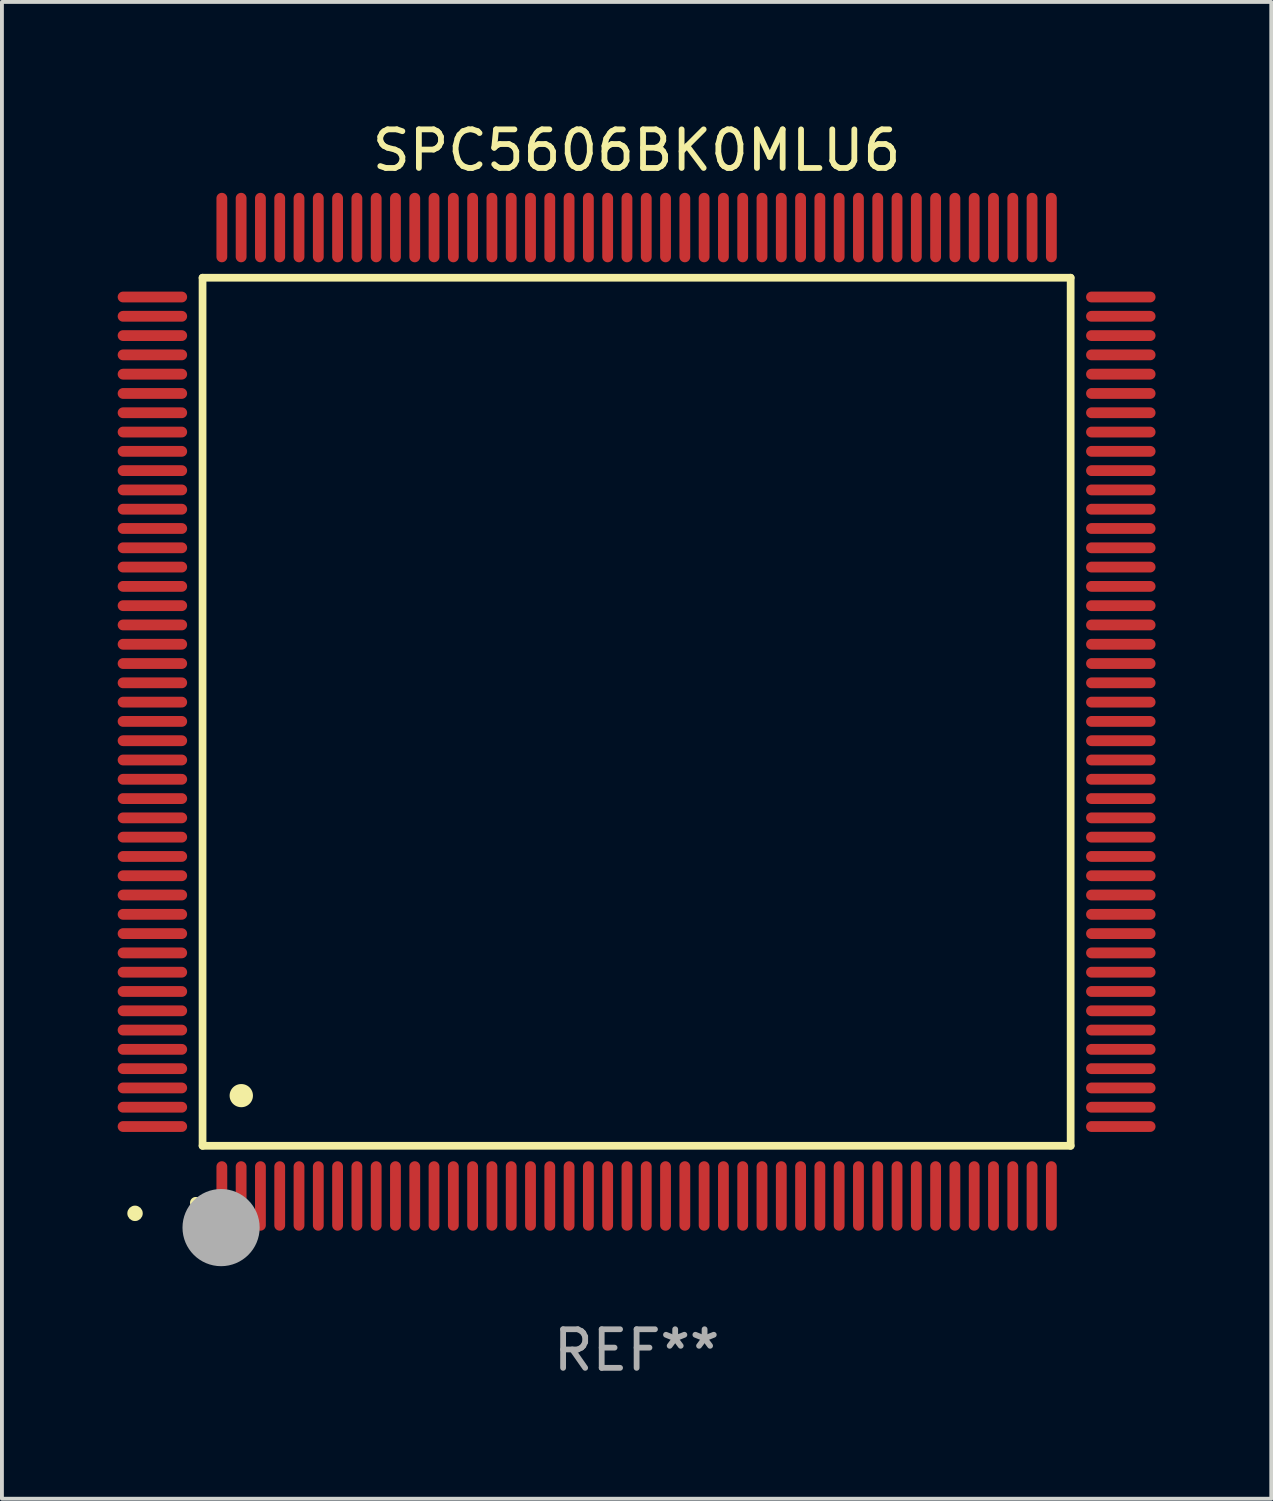
<source format=kicad_pcb>
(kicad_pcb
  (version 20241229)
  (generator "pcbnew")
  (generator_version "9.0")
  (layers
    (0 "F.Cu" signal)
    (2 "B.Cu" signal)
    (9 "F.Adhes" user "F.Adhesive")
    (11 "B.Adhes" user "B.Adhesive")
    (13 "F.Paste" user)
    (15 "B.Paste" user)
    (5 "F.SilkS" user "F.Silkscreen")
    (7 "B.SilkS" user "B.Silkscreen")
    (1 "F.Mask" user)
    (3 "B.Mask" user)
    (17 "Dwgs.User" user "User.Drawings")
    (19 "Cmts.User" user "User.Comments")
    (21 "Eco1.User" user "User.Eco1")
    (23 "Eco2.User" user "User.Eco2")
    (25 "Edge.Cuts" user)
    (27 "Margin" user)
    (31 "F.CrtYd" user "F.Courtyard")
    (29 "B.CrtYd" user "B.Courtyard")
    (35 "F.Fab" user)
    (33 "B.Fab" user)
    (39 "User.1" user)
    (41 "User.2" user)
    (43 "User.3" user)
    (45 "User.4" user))
  (footprint "SPC5606BK0MLU6"
    (layer "F.Cu")
    (at 13.45 15.398)
    (property "Reference" "SPC5606BK0MLU6" (at 0 -14.55 0) (layer "F.SilkS") (effects (font (size 1 1) (thickness 0.15))))
    (attr through_hole)
    (fp_line (start -11.25 -11.25) (end 11.25 -11.25) (stroke (width 0.2) (type solid)) (layer "F.SilkS"))
    (fp_line (start -11.25 11.25) (end -11.25 -11.25) (stroke (width 0.2) (type solid)) (layer "F.SilkS"))
    (fp_line (start 11.25 -11.25) (end 11.25 11.25) (stroke (width 0.2) (type solid)) (layer "F.SilkS"))
    (fp_line (start 11.25 11.25) (end -11.25 11.25) (stroke (width 0.2) (type solid)) (layer "F.SilkS"))
    (fp_arc (start -11.424943 12.725425) (mid -11.423673 12.72542) (end -11.422403 12.725425) (stroke (width 0.3) (type solid)) (layer "F.SilkS"))
    (fp_arc (start -10.24892 9.9492) (mid -10.24638 9.949189) (end -10.24384 9.9492) (stroke (width 0.6) (type solid)) (layer "F.SilkS"))
    (fp_circle (center -13 13) (end -12.9 13) (stroke (width 0.2) (type solid)) (fill no) (layer "F.SilkS"))
    (fp_circle (center -10.77 13.37) (end -10.27 13.37) (stroke (width 1) (type solid)) (fill no) (layer "F.Fab"))
    (fp_text user "REF**" (at 0 16.55 0) (layer "F.Fab") (effects (font (size 1 1) (thickness 0.15))))
    (pad "1" smd oval (at -10.75 12.55) (size 0.28 1.8) (layers "F.Cu" "F.Mask" "F.Paste"))
    (pad "2" smd oval (at -10.25 12.55) (size 0.28 1.8) (layers "F.Cu" "F.Mask" "F.Paste"))
    (pad "3" smd oval (at -9.75 12.55) (size 0.28 1.8) (layers "F.Cu" "F.Mask" "F.Paste"))
    (pad "4" smd oval (at -9.25 12.55) (size 0.28 1.8) (layers "F.Cu" "F.Mask" "F.Paste"))
    (pad "5" smd oval (at -8.75 12.55) (size 0.28 1.8) (layers "F.Cu" "F.Mask" "F.Paste"))
    (pad "6" smd oval (at -8.25 12.55) (size 0.28 1.8) (layers "F.Cu" "F.Mask" "F.Paste"))
    (pad "7" smd oval (at -7.75 12.55) (size 0.28 1.8) (layers "F.Cu" "F.Mask" "F.Paste"))
    (pad "8" smd oval (at -7.25 12.55) (size 0.28 1.8) (layers "F.Cu" "F.Mask" "F.Paste"))
    (pad "9" smd oval (at -6.75 12.55) (size 0.28 1.8) (layers "F.Cu" "F.Mask" "F.Paste"))
    (pad "10" smd oval (at -6.25 12.55) (size 0.28 1.8) (layers "F.Cu" "F.Mask" "F.Paste"))
    (pad "11" smd oval (at -5.75 12.55) (size 0.28 1.8) (layers "F.Cu" "F.Mask" "F.Paste"))
    (pad "12" smd oval (at -5.25 12.55) (size 0.28 1.8) (layers "F.Cu" "F.Mask" "F.Paste"))
    (pad "13" smd oval (at -4.75 12.55) (size 0.28 1.8) (layers "F.Cu" "F.Mask" "F.Paste"))
    (pad "14" smd oval (at -4.25 12.55) (size 0.28 1.8) (layers "F.Cu" "F.Mask" "F.Paste"))
    (pad "15" smd oval (at -3.75 12.55) (size 0.28 1.8) (layers "F.Cu" "F.Mask" "F.Paste"))
    (pad "16" smd oval (at -3.25 12.55) (size 0.28 1.8) (layers "F.Cu" "F.Mask" "F.Paste"))
    (pad "17" smd oval (at -2.75 12.55) (size 0.28 1.8) (layers "F.Cu" "F.Mask" "F.Paste"))
    (pad "18" smd oval (at -2.25 12.55) (size 0.28 1.8) (layers "F.Cu" "F.Mask" "F.Paste"))
    (pad "19" smd oval (at -1.75 12.55) (size 0.28 1.8) (layers "F.Cu" "F.Mask" "F.Paste"))
    (pad "20" smd oval (at -1.25 12.55) (size 0.28 1.8) (layers "F.Cu" "F.Mask" "F.Paste"))
    (pad "21" smd oval (at -0.75 12.55) (size 0.28 1.8) (layers "F.Cu" "F.Mask" "F.Paste"))
    (pad "22" smd oval (at -0.25 12.55) (size 0.28 1.8) (layers "F.Cu" "F.Mask" "F.Paste"))
    (pad "23" smd oval (at 0.25 12.55) (size 0.28 1.8) (layers "F.Cu" "F.Mask" "F.Paste"))
    (pad "24" smd oval (at 0.75 12.55) (size 0.28 1.8) (layers "F.Cu" "F.Mask" "F.Paste"))
    (pad "25" smd oval (at 1.25 12.55) (size 0.28 1.8) (layers "F.Cu" "F.Mask" "F.Paste"))
    (pad "26" smd oval (at 1.75 12.55) (size 0.28 1.8) (layers "F.Cu" "F.Mask" "F.Paste"))
    (pad "27" smd oval (at 2.25 12.55) (size 0.28 1.8) (layers "F.Cu" "F.Mask" "F.Paste"))
    (pad "28" smd oval (at 2.75 12.55) (size 0.28 1.8) (layers "F.Cu" "F.Mask" "F.Paste"))
    (pad "29" smd oval (at 3.25 12.55) (size 0.28 1.8) (layers "F.Cu" "F.Mask" "F.Paste"))
    (pad "30" smd oval (at 3.75 12.55) (size 0.28 1.8) (layers "F.Cu" "F.Mask" "F.Paste"))
    (pad "31" smd oval (at 4.25 12.55) (size 0.28 1.8) (layers "F.Cu" "F.Mask" "F.Paste"))
    (pad "32" smd oval (at 4.75 12.55) (size 0.28 1.8) (layers "F.Cu" "F.Mask" "F.Paste"))
    (pad "33" smd oval (at 5.25 12.55) (size 0.28 1.8) (layers "F.Cu" "F.Mask" "F.Paste"))
    (pad "34" smd oval (at 5.75 12.55) (size 0.28 1.8) (layers "F.Cu" "F.Mask" "F.Paste"))
    (pad "35" smd oval (at 6.25 12.55) (size 0.28 1.8) (layers "F.Cu" "F.Mask" "F.Paste"))
    (pad "36" smd oval (at 6.75 12.55) (size 0.28 1.8) (layers "F.Cu" "F.Mask" "F.Paste"))
    (pad "37" smd oval (at 7.25 12.55) (size 0.28 1.8) (layers "F.Cu" "F.Mask" "F.Paste"))
    (pad "38" smd oval (at 7.75 12.55) (size 0.28 1.8) (layers "F.Cu" "F.Mask" "F.Paste"))
    (pad "39" smd oval (at 8.25 12.55) (size 0.28 1.8) (layers "F.Cu" "F.Mask" "F.Paste"))
    (pad "40" smd oval (at 8.75 12.55) (size 0.28 1.8) (layers "F.Cu" "F.Mask" "F.Paste"))
    (pad "41" smd oval (at 9.25 12.55) (size 0.28 1.8) (layers "F.Cu" "F.Mask" "F.Paste"))
    (pad "42" smd oval (at 9.75 12.55) (size 0.28 1.8) (layers "F.Cu" "F.Mask" "F.Paste"))
    (pad "43" smd oval (at 10.25 12.55) (size 0.28 1.8) (layers "F.Cu" "F.Mask" "F.Paste"))
    (pad "44" smd oval (at 10.75 12.55) (size 0.28 1.8) (layers "F.Cu" "F.Mask" "F.Paste"))
    (pad "45" smd oval (at 12.55 10.75) (size 1.8 0.28) (layers "F.Cu" "F.Mask" "F.Paste"))
    (pad "46" smd oval (at 12.55 10.25) (size 1.8 0.28) (layers "F.Cu" "F.Mask" "F.Paste"))
    (pad "47" smd oval (at 12.55 9.75) (size 1.8 0.28) (layers "F.Cu" "F.Mask" "F.Paste"))
    (pad "48" smd oval (at 12.55 9.25) (size 1.8 0.28) (layers "F.Cu" "F.Mask" "F.Paste"))
    (pad "49" smd oval (at 12.55 8.75) (size 1.8 0.28) (layers "F.Cu" "F.Mask" "F.Paste"))
    (pad "50" smd oval (at 12.55 8.25) (size 1.8 0.28) (layers "F.Cu" "F.Mask" "F.Paste"))
    (pad "51" smd oval (at 12.55 7.75) (size 1.8 0.28) (layers "F.Cu" "F.Mask" "F.Paste"))
    (pad "52" smd oval (at 12.55 7.25) (size 1.8 0.28) (layers "F.Cu" "F.Mask" "F.Paste"))
    (pad "53" smd oval (at 12.55 6.75) (size 1.8 0.28) (layers "F.Cu" "F.Mask" "F.Paste"))
    (pad "54" smd oval (at 12.55 6.25) (size 1.8 0.28) (layers "F.Cu" "F.Mask" "F.Paste"))
    (pad "55" smd oval (at 12.55 5.75) (size 1.8 0.28) (layers "F.Cu" "F.Mask" "F.Paste"))
    (pad "56" smd oval (at 12.55 5.25) (size 1.8 0.28) (layers "F.Cu" "F.Mask" "F.Paste"))
    (pad "57" smd oval (at 12.55 4.75) (size 1.8 0.28) (layers "F.Cu" "F.Mask" "F.Paste"))
    (pad "58" smd oval (at 12.55 4.25) (size 1.8 0.28) (layers "F.Cu" "F.Mask" "F.Paste"))
    (pad "59" smd oval (at 12.55 3.75) (size 1.8 0.28) (layers "F.Cu" "F.Mask" "F.Paste"))
    (pad "60" smd oval (at 12.55 3.25) (size 1.8 0.28) (layers "F.Cu" "F.Mask" "F.Paste"))
    (pad "61" smd oval (at 12.55 2.75) (size 1.8 0.28) (layers "F.Cu" "F.Mask" "F.Paste"))
    (pad "62" smd oval (at 12.55 2.25) (size 1.8 0.28) (layers "F.Cu" "F.Mask" "F.Paste"))
    (pad "63" smd oval (at 12.55 1.75) (size 1.8 0.28) (layers "F.Cu" "F.Mask" "F.Paste"))
    (pad "64" smd oval (at 12.55 1.25) (size 1.8 0.28) (layers "F.Cu" "F.Mask" "F.Paste"))
    (pad "65" smd oval (at 12.55 0.75) (size 1.8 0.28) (layers "F.Cu" "F.Mask" "F.Paste"))
    (pad "66" smd oval (at 12.55 0.25) (size 1.8 0.28) (layers "F.Cu" "F.Mask" "F.Paste"))
    (pad "67" smd oval (at 12.55 -0.25) (size 1.8 0.28) (layers "F.Cu" "F.Mask" "F.Paste"))
    (pad "68" smd oval (at 12.55 -0.75) (size 1.8 0.28) (layers "F.Cu" "F.Mask" "F.Paste"))
    (pad "69" smd oval (at 12.55 -1.25) (size 1.8 0.28) (layers "F.Cu" "F.Mask" "F.Paste"))
    (pad "70" smd oval (at 12.55 -1.75) (size 1.8 0.28) (layers "F.Cu" "F.Mask" "F.Paste"))
    (pad "71" smd oval (at 12.55 -2.25) (size 1.8 0.28) (layers "F.Cu" "F.Mask" "F.Paste"))
    (pad "72" smd oval (at 12.55 -2.75) (size 1.8 0.28) (layers "F.Cu" "F.Mask" "F.Paste"))
    (pad "73" smd oval (at 12.55 -3.25) (size 1.8 0.28) (layers "F.Cu" "F.Mask" "F.Paste"))
    (pad "74" smd oval (at 12.55 -3.75) (size 1.8 0.28) (layers "F.Cu" "F.Mask" "F.Paste"))
    (pad "75" smd oval (at 12.55 -4.25) (size 1.8 0.28) (layers "F.Cu" "F.Mask" "F.Paste"))
    (pad "76" smd oval (at 12.55 -4.75) (size 1.8 0.28) (layers "F.Cu" "F.Mask" "F.Paste"))
    (pad "77" smd oval (at 12.55 -5.25) (size 1.8 0.28) (layers "F.Cu" "F.Mask" "F.Paste"))
    (pad "78" smd oval (at 12.55 -5.75) (size 1.8 0.28) (layers "F.Cu" "F.Mask" "F.Paste"))
    (pad "79" smd oval (at 12.55 -6.25) (size 1.8 0.28) (layers "F.Cu" "F.Mask" "F.Paste"))
    (pad "80" smd oval (at 12.55 -6.75) (size 1.8 0.28) (layers "F.Cu" "F.Mask" "F.Paste"))
    (pad "81" smd oval (at 12.55 -7.25) (size 1.8 0.28) (layers "F.Cu" "F.Mask" "F.Paste"))
    (pad "82" smd oval (at 12.55 -7.75) (size 1.8 0.28) (layers "F.Cu" "F.Mask" "F.Paste"))
    (pad "83" smd oval (at 12.55 -8.25) (size 1.8 0.28) (layers "F.Cu" "F.Mask" "F.Paste"))
    (pad "84" smd oval (at 12.55 -8.75) (size 1.8 0.28) (layers "F.Cu" "F.Mask" "F.Paste"))
    (pad "85" smd oval (at 12.55 -9.25) (size 1.8 0.28) (layers "F.Cu" "F.Mask" "F.Paste"))
    (pad "86" smd oval (at 12.55 -9.75) (size 1.8 0.28) (layers "F.Cu" "F.Mask" "F.Paste"))
    (pad "87" smd oval (at 12.55 -10.25) (size 1.8 0.28) (layers "F.Cu" "F.Mask" "F.Paste"))
    (pad "88" smd oval (at 12.55 -10.75) (size 1.8 0.28) (layers "F.Cu" "F.Mask" "F.Paste"))
    (pad "89" smd oval (at 10.75 -12.55) (size 0.28 1.8) (layers "F.Cu" "F.Mask" "F.Paste"))
    (pad "90" smd oval (at 10.25 -12.55) (size 0.28 1.8) (layers "F.Cu" "F.Mask" "F.Paste"))
    (pad "91" smd oval (at 9.75 -12.55) (size 0.28 1.8) (layers "F.Cu" "F.Mask" "F.Paste"))
    (pad "92" smd oval (at 9.25 -12.55) (size 0.28 1.8) (layers "F.Cu" "F.Mask" "F.Paste"))
    (pad "93" smd oval (at 8.75 -12.55) (size 0.28 1.8) (layers "F.Cu" "F.Mask" "F.Paste"))
    (pad "94" smd oval (at 8.25 -12.55) (size 0.28 1.8) (layers "F.Cu" "F.Mask" "F.Paste"))
    (pad "95" smd oval (at 7.75 -12.55) (size 0.28 1.8) (layers "F.Cu" "F.Mask" "F.Paste"))
    (pad "96" smd oval (at 7.25 -12.55) (size 0.28 1.8) (layers "F.Cu" "F.Mask" "F.Paste"))
    (pad "97" smd oval (at 6.75 -12.55) (size 0.28 1.8) (layers "F.Cu" "F.Mask" "F.Paste"))
    (pad "98" smd oval (at 6.25 -12.55) (size 0.28 1.8) (layers "F.Cu" "F.Mask" "F.Paste"))
    (pad "99" smd oval (at 5.75 -12.55) (size 0.28 1.8) (layers "F.Cu" "F.Mask" "F.Paste"))
    (pad "100" smd oval (at 5.25 -12.55) (size 0.28 1.8) (layers "F.Cu" "F.Mask" "F.Paste"))
    (pad "101" smd oval (at 4.75 -12.55) (size 0.28 1.8) (layers "F.Cu" "F.Mask" "F.Paste"))
    (pad "102" smd oval (at 4.25 -12.55) (size 0.28 1.8) (layers "F.Cu" "F.Mask" "F.Paste"))
    (pad "103" smd oval (at 3.75 -12.55) (size 0.28 1.8) (layers "F.Cu" "F.Mask" "F.Paste"))
    (pad "104" smd oval (at 3.25 -12.55) (size 0.28 1.8) (layers "F.Cu" "F.Mask" "F.Paste"))
    (pad "105" smd oval (at 2.75 -12.55) (size 0.28 1.8) (layers "F.Cu" "F.Mask" "F.Paste"))
    (pad "106" smd oval (at 2.25 -12.55) (size 0.28 1.8) (layers "F.Cu" "F.Mask" "F.Paste"))
    (pad "107" smd oval (at 1.75 -12.55) (size 0.28 1.8) (layers "F.Cu" "F.Mask" "F.Paste"))
    (pad "108" smd oval (at 1.25 -12.55) (size 0.28 1.8) (layers "F.Cu" "F.Mask" "F.Paste"))
    (pad "109" smd oval (at 0.75 -12.55) (size 0.28 1.8) (layers "F.Cu" "F.Mask" "F.Paste"))
    (pad "110" smd oval (at 0.25 -12.55) (size 0.28 1.8) (layers "F.Cu" "F.Mask" "F.Paste"))
    (pad "111" smd oval (at -0.25 -12.55) (size 0.28 1.8) (layers "F.Cu" "F.Mask" "F.Paste"))
    (pad "112" smd oval (at -0.75 -12.55) (size 0.28 1.8) (layers "F.Cu" "F.Mask" "F.Paste"))
    (pad "113" smd oval (at -1.25 -12.55) (size 0.28 1.8) (layers "F.Cu" "F.Mask" "F.Paste"))
    (pad "114" smd oval (at -1.75 -12.55) (size 0.28 1.8) (layers "F.Cu" "F.Mask" "F.Paste"))
    (pad "115" smd oval (at -2.25 -12.55) (size 0.28 1.8) (layers "F.Cu" "F.Mask" "F.Paste"))
    (pad "116" smd oval (at -2.75 -12.55) (size 0.28 1.8) (layers "F.Cu" "F.Mask" "F.Paste"))
    (pad "117" smd oval (at -3.25 -12.55) (size 0.28 1.8) (layers "F.Cu" "F.Mask" "F.Paste"))
    (pad "118" smd oval (at -3.75 -12.55) (size 0.28 1.8) (layers "F.Cu" "F.Mask" "F.Paste"))
    (pad "119" smd oval (at -4.25 -12.55) (size 0.28 1.8) (layers "F.Cu" "F.Mask" "F.Paste"))
    (pad "120" smd oval (at -4.75 -12.55) (size 0.28 1.8) (layers "F.Cu" "F.Mask" "F.Paste"))
    (pad "121" smd oval (at -5.25 -12.55) (size 0.28 1.8) (layers "F.Cu" "F.Mask" "F.Paste"))
    (pad "122" smd oval (at -5.75 -12.55) (size 0.28 1.8) (layers "F.Cu" "F.Mask" "F.Paste"))
    (pad "123" smd oval (at -6.25 -12.55) (size 0.28 1.8) (layers "F.Cu" "F.Mask" "F.Paste"))
    (pad "124" smd oval (at -6.75 -12.55) (size 0.28 1.8) (layers "F.Cu" "F.Mask" "F.Paste"))
    (pad "125" smd oval (at -7.25 -12.55) (size 0.28 1.8) (layers "F.Cu" "F.Mask" "F.Paste"))
    (pad "126" smd oval (at -7.75 -12.55) (size 0.28 1.8) (layers "F.Cu" "F.Mask" "F.Paste"))
    (pad "127" smd oval (at -8.25 -12.55) (size 0.28 1.8) (layers "F.Cu" "F.Mask" "F.Paste"))
    (pad "128" smd oval (at -8.75 -12.55) (size 0.28 1.8) (layers "F.Cu" "F.Mask" "F.Paste"))
    (pad "129" smd oval (at -9.25 -12.55) (size 0.28 1.8) (layers "F.Cu" "F.Mask" "F.Paste"))
    (pad "130" smd oval (at -9.75 -12.55) (size 0.28 1.8) (layers "F.Cu" "F.Mask" "F.Paste"))
    (pad "131" smd oval (at -10.25 -12.55) (size 0.28 1.8) (layers "F.Cu" "F.Mask" "F.Paste"))
    (pad "132" smd oval (at -10.75 -12.55) (size 0.28 1.8) (layers "F.Cu" "F.Mask" "F.Paste"))
    (pad "133" smd oval (at -12.55 -10.75) (size 1.8 0.28) (layers "F.Cu" "F.Mask" "F.Paste"))
    (pad "134" smd oval (at -12.55 -10.25) (size 1.8 0.28) (layers "F.Cu" "F.Mask" "F.Paste"))
    (pad "135" smd oval (at -12.55 -9.75) (size 1.8 0.28) (layers "F.Cu" "F.Mask" "F.Paste"))
    (pad "136" smd oval (at -12.55 -9.25) (size 1.8 0.28) (layers "F.Cu" "F.Mask" "F.Paste"))
    (pad "137" smd oval (at -12.55 -8.75) (size 1.8 0.28) (layers "F.Cu" "F.Mask" "F.Paste"))
    (pad "138" smd oval (at -12.55 -8.25) (size 1.8 0.28) (layers "F.Cu" "F.Mask" "F.Paste"))
    (pad "139" smd oval (at -12.55 -7.75) (size 1.8 0.28) (layers "F.Cu" "F.Mask" "F.Paste"))
    (pad "140" smd oval (at -12.55 -7.25) (size 1.8 0.28) (layers "F.Cu" "F.Mask" "F.Paste"))
    (pad "141" smd oval (at -12.55 -6.75) (size 1.8 0.28) (layers "F.Cu" "F.Mask" "F.Paste"))
    (pad "142" smd oval (at -12.55 -6.25) (size 1.8 0.28) (layers "F.Cu" "F.Mask" "F.Paste"))
    (pad "143" smd oval (at -12.55 -5.75) (size 1.8 0.28) (layers "F.Cu" "F.Mask" "F.Paste"))
    (pad "144" smd oval (at -12.55 -5.25) (size 1.8 0.28) (layers "F.Cu" "F.Mask" "F.Paste"))
    (pad "145" smd oval (at -12.55 -4.75) (size 1.8 0.28) (layers "F.Cu" "F.Mask" "F.Paste"))
    (pad "146" smd oval (at -12.55 -4.25) (size 1.8 0.28) (layers "F.Cu" "F.Mask" "F.Paste"))
    (pad "147" smd oval (at -12.55 -3.75) (size 1.8 0.28) (layers "F.Cu" "F.Mask" "F.Paste"))
    (pad "148" smd oval (at -12.55 -3.25) (size 1.8 0.28) (layers "F.Cu" "F.Mask" "F.Paste"))
    (pad "149" smd oval (at -12.55 -2.75) (size 1.8 0.28) (layers "F.Cu" "F.Mask" "F.Paste"))
    (pad "150" smd oval (at -12.55 -2.25) (size 1.8 0.28) (layers "F.Cu" "F.Mask" "F.Paste"))
    (pad "151" smd oval (at -12.55 -1.75) (size 1.8 0.28) (layers "F.Cu" "F.Mask" "F.Paste"))
    (pad "152" smd oval (at -12.55 -1.25) (size 1.8 0.28) (layers "F.Cu" "F.Mask" "F.Paste"))
    (pad "153" smd oval (at -12.55 -0.75) (size 1.8 0.28) (layers "F.Cu" "F.Mask" "F.Paste"))
    (pad "154" smd oval (at -12.55 -0.25) (size 1.8 0.28) (layers "F.Cu" "F.Mask" "F.Paste"))
    (pad "155" smd oval (at -12.55 0.25) (size 1.8 0.28) (layers "F.Cu" "F.Mask" "F.Paste"))
    (pad "156" smd oval (at -12.55 0.75) (size 1.8 0.28) (layers "F.Cu" "F.Mask" "F.Paste"))
    (pad "157" smd oval (at -12.55 1.25) (size 1.8 0.28) (layers "F.Cu" "F.Mask" "F.Paste"))
    (pad "158" smd oval (at -12.55 1.75) (size 1.8 0.28) (layers "F.Cu" "F.Mask" "F.Paste"))
    (pad "159" smd oval (at -12.55 2.25) (size 1.8 0.28) (layers "F.Cu" "F.Mask" "F.Paste"))
    (pad "160" smd oval (at -12.55 2.75) (size 1.8 0.28) (layers "F.Cu" "F.Mask" "F.Paste"))
    (pad "161" smd oval (at -12.55 3.25) (size 1.8 0.28) (layers "F.Cu" "F.Mask" "F.Paste"))
    (pad "162" smd oval (at -12.55 3.75) (size 1.8 0.28) (layers "F.Cu" "F.Mask" "F.Paste"))
    (pad "163" smd oval (at -12.55 4.25) (size 1.8 0.28) (layers "F.Cu" "F.Mask" "F.Paste"))
    (pad "164" smd oval (at -12.55 4.75) (size 1.8 0.28) (layers "F.Cu" "F.Mask" "F.Paste"))
    (pad "165" smd oval (at -12.55 5.25) (size 1.8 0.28) (layers "F.Cu" "F.Mask" "F.Paste"))
    (pad "166" smd oval (at -12.55 5.75) (size 1.8 0.28) (layers "F.Cu" "F.Mask" "F.Paste"))
    (pad "167" smd oval (at -12.55 6.25) (size 1.8 0.28) (layers "F.Cu" "F.Mask" "F.Paste"))
    (pad "168" smd oval (at -12.55 6.75) (size 1.8 0.28) (layers "F.Cu" "F.Mask" "F.Paste"))
    (pad "169" smd oval (at -12.55 7.25) (size 1.8 0.28) (layers "F.Cu" "F.Mask" "F.Paste"))
    (pad "170" smd oval (at -12.55 7.75) (size 1.8 0.28) (layers "F.Cu" "F.Mask" "F.Paste"))
    (pad "171" smd oval (at -12.55 8.25) (size 1.8 0.28) (layers "F.Cu" "F.Mask" "F.Paste"))
    (pad "172" smd oval (at -12.55 8.75) (size 1.8 0.28) (layers "F.Cu" "F.Mask" "F.Paste"))
    (pad "173" smd oval (at -12.55 9.25) (size 1.8 0.28) (layers "F.Cu" "F.Mask" "F.Paste"))
    (pad "174" smd oval (at -12.55 9.75) (size 1.8 0.28) (layers "F.Cu" "F.Mask" "F.Paste"))
    (pad "175" smd oval (at -12.55 10.25) (size 1.8 0.28) (layers "F.Cu" "F.Mask" "F.Paste"))
    (pad "176" smd oval (at -12.55 10.75) (size 1.8 0.28) (layers "F.Cu" "F.Mask" "F.Paste")))
  (gr_rect
    (start -3 -3)
    (end 29.9 35.796)
    (stroke (width 0.1) (type default))
    (fill no)
    (layer "Edge.Cuts")))
</source>
